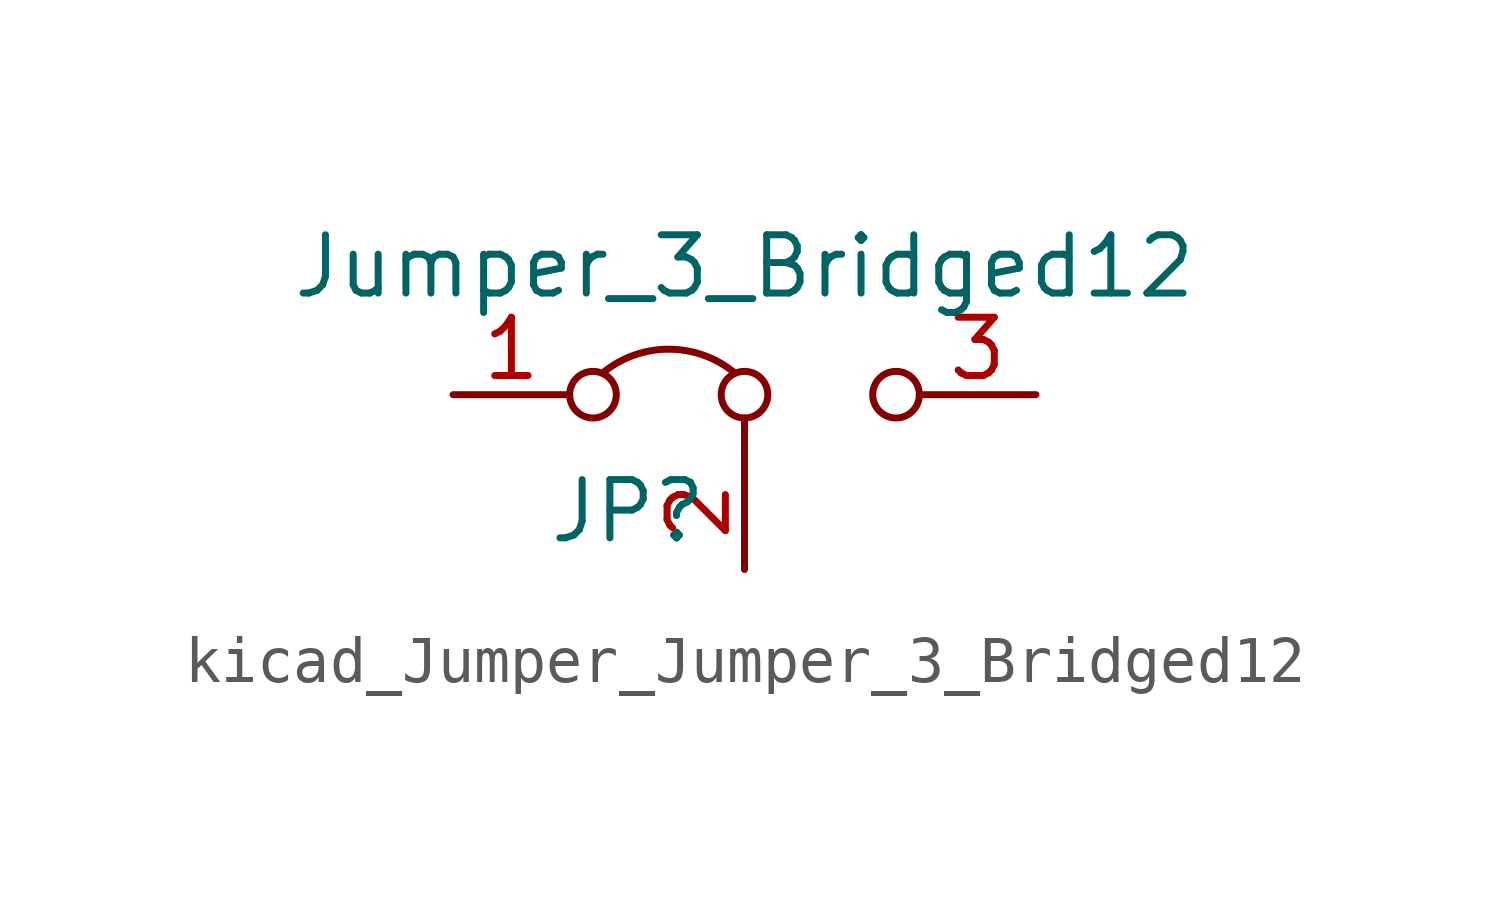
<source format=kicad_sym>
(kicad_symbol_lib
  (version 20220914)
  (generator kicad_symbol_editor)
  (symbol "kicad_Jumper_Jumper_3_Bridged12"
    (pin_names
      (offset 0) hide)
    (property "Reference" "JP"
      (at -2.54 -2.54 0)
      (effects (font (size 1.27 1.27))))
    (property "Value" "Jumper_3_Bridged12"
      (at 0 2.794 0)
      (effects (font (size 1.27 1.27))))
    (symbol "kicad_Jumper_Jumper_3_Bridged12_0_0"
      (circle (center -3.302 0) (radius 0.508) (stroke (width 0) (type default)) (fill (type none)))
      (circle (center 0 0) (radius 0.508) (stroke (width 0) (type default)) (fill (type none)))
      (circle (center 3.302 0) (radius 0.508) (stroke (width 0) (type default)) (fill (type none))))
    (symbol "kicad_Jumper_Jumper_3_Bridged12_0_1"
      (arc (start -0.254 0.508) (mid -1.651 0.9912) (end -3.048 0.508) (stroke (width 0) (type default)) (fill (type none)))
      (polyline (pts (xy 0 -1.27) (xy 0 -0.508)) (stroke (width 0) (type default)) (fill (type none))))
    (symbol "kicad_Jumper_Jumper_3_Bridged12_1_1"
      (pin passive line (at -6.35 0 0) (length 2.54) (name "A" (effects (font (size 1.27 1.27)))) (number "1" (effects (font (size 1.27 1.27)))))
      (pin passive line (at 0 -3.81 90) (length 2.54) (name "C" (effects (font (size 1.27 1.27)))) (number "2" (effects (font (size 1.27 1.27)))))
      (pin passive line (at 6.35 0 180) (length 2.54) (name "B" (effects (font (size 1.27 1.27)))) (number "3" (effects (font (size 1.27 1.27))))))))
</source>
